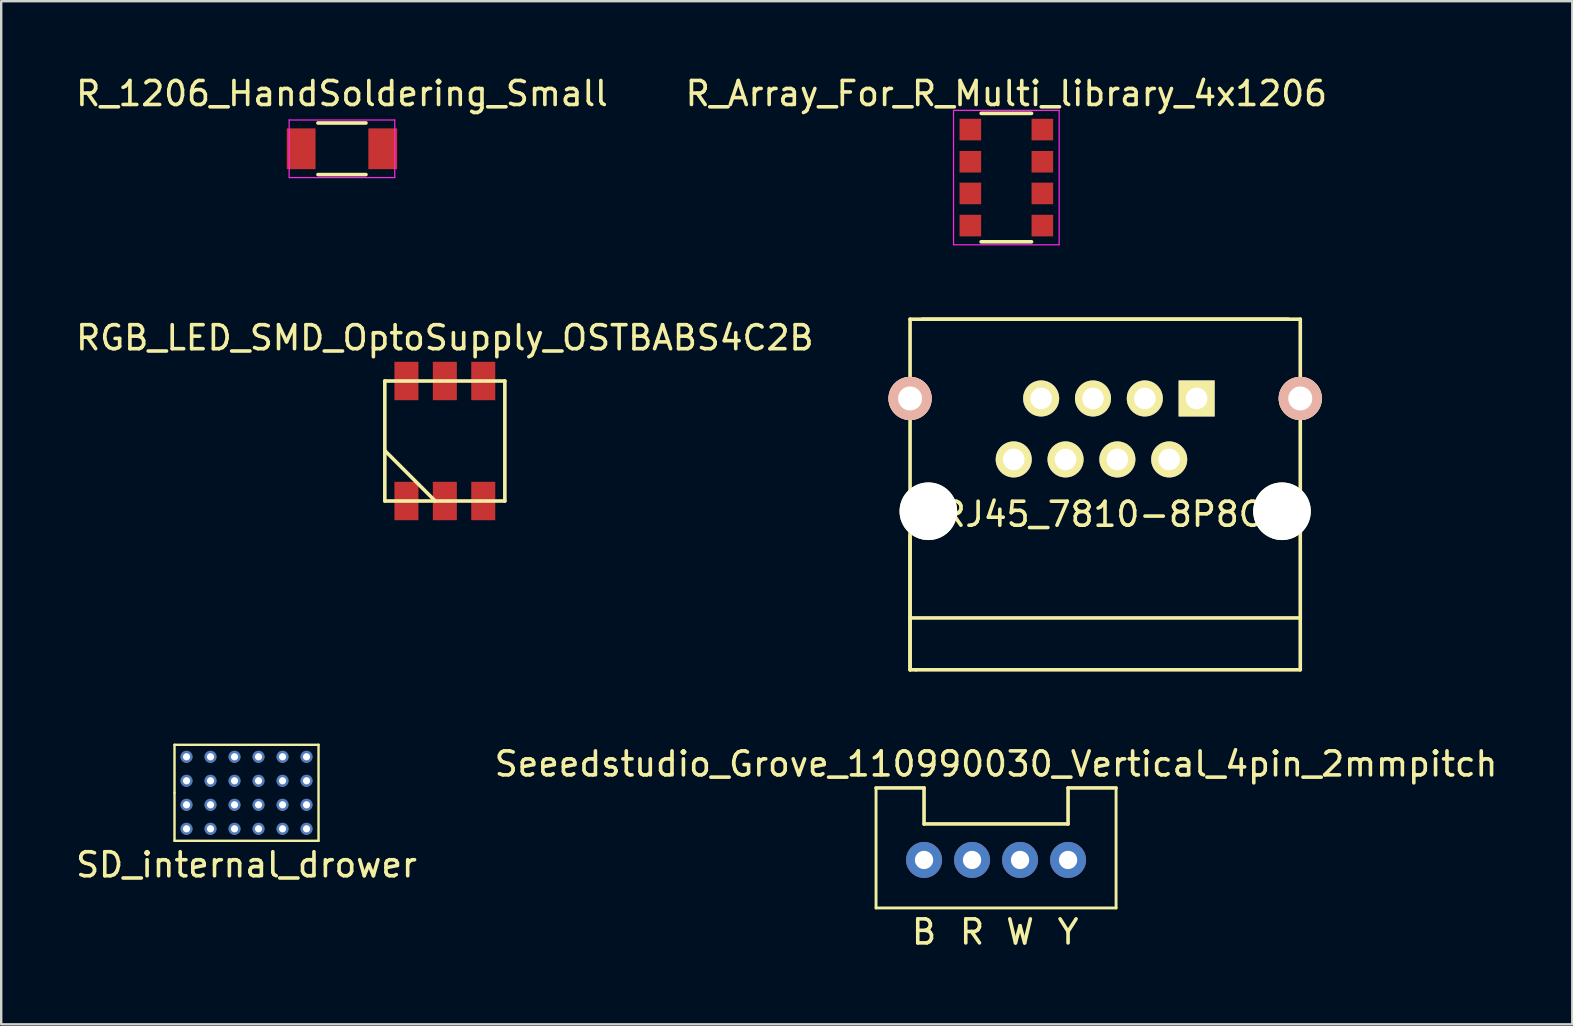
<source format=kicad_pcb>
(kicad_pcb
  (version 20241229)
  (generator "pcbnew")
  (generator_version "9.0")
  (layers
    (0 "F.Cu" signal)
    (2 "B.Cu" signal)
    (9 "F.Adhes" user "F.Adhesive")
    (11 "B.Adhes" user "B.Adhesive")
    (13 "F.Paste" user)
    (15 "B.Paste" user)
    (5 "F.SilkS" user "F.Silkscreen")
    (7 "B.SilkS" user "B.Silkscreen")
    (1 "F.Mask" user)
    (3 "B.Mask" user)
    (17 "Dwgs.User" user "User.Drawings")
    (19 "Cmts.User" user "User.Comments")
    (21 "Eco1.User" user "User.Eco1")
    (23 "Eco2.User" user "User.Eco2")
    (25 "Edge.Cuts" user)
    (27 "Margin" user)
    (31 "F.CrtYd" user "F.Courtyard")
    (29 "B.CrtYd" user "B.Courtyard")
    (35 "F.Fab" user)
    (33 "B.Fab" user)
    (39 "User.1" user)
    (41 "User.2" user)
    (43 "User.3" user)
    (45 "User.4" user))
  (footprint "RJ45_7810-8P8C"
    (layer "F.Cu")
    (at 42.992 20.408)
    (property "Reference" "RJ45_7810-8P8C" (at -0.127 -2.032 0) (layer "F.SilkS") (effects (font (size 1 1) (thickness 0.15))))
    (attr through_hole)
    (fp_line (start -8.128 -10.16) (end 8.128 -10.16) (stroke (width 0.15) (type solid)) (layer "F.SilkS"))
    (fp_line (start -8.128 2.286) (end 8.128 2.286) (stroke (width 0.15) (type solid)) (layer "F.SilkS"))
    (fp_line (start -8.128 4.445) (end -8.128 -10.16) (stroke (width 0.15) (type solid)) (layer "F.SilkS"))
    (fp_line (start -8.128 4.445) (end -8.128 -1.143) (stroke (width 0.15) (type solid)) (layer "F.SilkS"))
    (fp_line (start -7.874 4.445) (end -8.128 4.445) (stroke (width 0.15) (type solid)) (layer "F.SilkS"))
    (fp_line (start 7.62 -10.16) (end -7.62 -10.16) (stroke (width 0.15) (type solid)) (layer "F.SilkS"))
    (fp_line (start 8.128 -10.16) (end 8.128 4.445) (stroke (width 0.15) (type solid)) (layer "F.SilkS"))
    (fp_line (start 8.128 4.445) (end -7.874 4.445) (stroke (width 0.15) (type solid)) (layer "F.SilkS"))
    (pad "" np_thru_hole circle (at -8.128 -6.858) (size 1.8 1.8) (drill 1) (layers "*.Cu" "*.SilkS" "*.Mask"))
    (pad "" np_thru_hole circle (at -7.366 -2.159) (size 2.4 2.4) (drill 2.4) (layers "*.Cu" "*.Mask" "F.SilkS"))
    (pad "" np_thru_hole circle (at 7.366 -2.159) (size 2.4 2.4) (drill 2.4) (layers "*.Cu" "*.Mask" "F.SilkS"))
    (pad "" np_thru_hole circle (at 8.128 -6.858) (size 1.8 1.8) (drill 1) (layers "*.Cu" "*.SilkS" "*.Mask"))
    (pad "1" thru_hole rect (at 3.81 -6.858) (size 1.501 1.501) (drill 0.899) (layers "*.Cu" "*.Mask" "F.SilkS"))
    (pad "2" thru_hole circle (at 2.667 -4.318) (size 1.501 1.501) (drill 0.899) (layers "*.Cu" "*.Mask" "F.SilkS"))
    (pad "3" thru_hole circle (at 1.651 -6.858) (size 1.501 1.501) (drill 0.899) (layers "*.Cu" "*.Mask" "F.SilkS"))
    (pad "4" thru_hole circle (at 0.508 -4.318) (size 1.501 1.501) (drill 0.899) (layers "*.Cu" "*.Mask" "F.SilkS"))
    (pad "5" thru_hole circle (at -0.508 -6.858) (size 1.501 1.501) (drill 0.899) (layers "*.Cu" "*.Mask" "F.SilkS"))
    (pad "6" thru_hole circle (at -1.651 -4.318) (size 1.501 1.501) (drill 0.899) (layers "*.Cu" "*.Mask" "F.SilkS"))
    (pad "7" thru_hole circle (at -2.667 -6.858) (size 1.501 1.501) (drill 0.899) (layers "*.Cu" "*.Mask" "F.SilkS"))
    (pad "8" thru_hole circle (at -3.81 -4.318) (size 1.501 1.501) (drill 0.899) (layers "*.Cu" "*.Mask" "F.SilkS")))
  (footprint "SD_internal_drower"
    (layer "F.Cu")
    (at 7.22 29.978)
    (property "Reference" "SD_internal_drower" (at 0 3 0) (layer "F.SilkS") (effects (font (size 1 1) (thickness 0.15))))
    (attr through_hole)
    (fp_line (start -3 -2) (end -3 0) (stroke (width 0.1) (type solid)) (layer "F.SilkS"))
    (fp_line (start -3 0) (end -3 2) (stroke (width 0.1) (type solid)) (layer "F.SilkS"))
    (fp_line (start -3 2) (end 3 2) (stroke (width 0.1) (type solid)) (layer "F.SilkS"))
    (fp_line (start 3 -2) (end -3 -2) (stroke (width 0.1) (type solid)) (layer "F.SilkS"))
    (fp_line (start 3 2) (end 3 -2) (stroke (width 0.1) (type solid)) (layer "F.SilkS"))
    (pad "1" thru_hole circle (at -2.5 -1.5) (size 0.5 0.5) (drill 0.3) (layers "*.Cu" "*.Mask"))
    (pad "2" thru_hole circle (at -1.5 -1.5) (size 0.5 0.5) (drill 0.3) (layers "*.Cu" "*.Mask"))
    (pad "3" thru_hole circle (at -0.5 -1.5) (size 0.5 0.5) (drill 0.3) (layers "*.Cu" "*.Mask"))
    (pad "4" thru_hole circle (at 0.5 -1.5) (size 0.5 0.5) (drill 0.3) (layers "*.Cu" "*.Mask"))
    (pad "5" thru_hole circle (at 1.5 -1.5) (size 0.5 0.5) (drill 0.3) (layers "*.Cu" "*.Mask"))
    (pad "6" thru_hole circle (at 2.5 -1.5) (size 0.5 0.5) (drill 0.3) (layers "*.Cu" "*.Mask"))
    (pad "7" thru_hole circle (at -2.5 -0.5) (size 0.5 0.5) (drill 0.3) (layers "*.Cu" "*.Mask"))
    (pad "8" thru_hole circle (at -1.5 -0.5) (size 0.5 0.5) (drill 0.3) (layers "*.Cu" "*.Mask"))
    (pad "9" thru_hole circle (at -0.5 -0.5) (size 0.5 0.5) (drill 0.3) (layers "*.Cu" "*.Mask"))
    (pad "10" thru_hole circle (at 0.5 -0.5) (size 0.5 0.5) (drill 0.3) (layers "*.Cu" "*.Mask"))
    (pad "11" thru_hole circle (at 1.5 -0.5) (size 0.5 0.5) (drill 0.3) (layers "*.Cu" "*.Mask"))
    (pad "12" thru_hole circle (at 2.5 -0.5) (size 0.5 0.5) (drill 0.3) (layers "*.Cu" "*.Mask"))
    (pad "13" thru_hole circle (at -2.5 0.5) (size 0.5 0.5) (drill 0.3) (layers "*.Cu" "*.Mask"))
    (pad "14" thru_hole circle (at -1.5 0.5) (size 0.5 0.5) (drill 0.3) (layers "*.Cu" "*.Mask"))
    (pad "15" thru_hole circle (at -0.5 0.5) (size 0.5 0.5) (drill 0.3) (layers "*.Cu" "*.Mask"))
    (pad "16" thru_hole circle (at 0.5 0.5) (size 0.5 0.5) (drill 0.3) (layers "*.Cu" "*.Mask"))
    (pad "17" thru_hole circle (at 1.5 0.5) (size 0.5 0.5) (drill 0.3) (layers "*.Cu" "*.Mask"))
    (pad "18" thru_hole circle (at 2.5 0.5) (size 0.5 0.5) (drill 0.3) (layers "*.Cu" "*.Mask"))
    (pad "19" thru_hole circle (at -2.5 1.5) (size 0.5 0.5) (drill 0.3) (layers "*.Cu" "*.Mask"))
    (pad "20" thru_hole circle (at -1.5 1.5) (size 0.5 0.5) (drill 0.3) (layers "*.Cu" "*.Mask"))
    (pad "21" thru_hole circle (at -0.5 1.5) (size 0.5 0.5) (drill 0.3) (layers "*.Cu" "*.Mask"))
    (pad "22" thru_hole circle (at 0.5 1.5) (size 0.5 0.5) (drill 0.3) (layers "*.Cu" "*.Mask"))
    (pad "23" thru_hole circle (at 1.5 1.5) (size 0.5 0.5) (drill 0.3) (layers "*.Cu" "*.Mask"))
    (pad "24" thru_hole circle (at 2.5 1.5) (size 0.5 0.5) (drill 0.3) (layers "*.Cu" "*.Mask")))
  (footprint "R_1206_HandSoldering_Small"
    (layer "F.Cu")
    (at 11.196 3.148)
    (property "Reference" "R_1206_HandSoldering_Small" (at 0 -2.3 0) (layer "F.SilkS") (effects (font (size 1 1) (thickness 0.15))))
    (attr smd)
    (fp_line (start -1 -1.075) (end 1 -1.075) (stroke (width 0.15) (type solid)) (layer "F.SilkS"))
    (fp_line (start 1 1.075) (end -1 1.075) (stroke (width 0.15) (type solid)) (layer "F.SilkS"))
    (fp_line (start -2.2 -1.2) (end -2.2 1.2) (stroke (width 0.05) (type solid)) (layer "F.CrtYd"))
    (fp_line (start -2.2 -1.2) (end 2.2 -1.2) (stroke (width 0.05) (type solid)) (layer "F.CrtYd"))
    (fp_line (start -2.2 1.2) (end 2.2 1.2) (stroke (width 0.05) (type solid)) (layer "F.CrtYd"))
    (fp_line (start 2.2 -1.2) (end 2.2 1.2) (stroke (width 0.05) (type solid)) (layer "F.CrtYd"))
    (pad "1" smd rect (at -1.7 0) (size 1.2 1.7) (layers "F.Cu" "F.Mask" "F.Paste"))
    (pad "2" smd rect (at 1.7 0) (size 1.2 1.7) (layers "F.Cu" "F.Mask" "F.Paste")))
  (footprint "RGB_LED_SMD_OptoSupply_OSTBABS4C2B"
    (layer "F.Cu")
    (at 15.482 15.322)
    (property "Reference" "RGB_LED_SMD_OptoSupply_OSTBABS4C2B" (at 0 -4.3 0) (layer "F.SilkS") (effects (font (size 1 1) (thickness 0.15))))
    (attr through_hole)
    (fp_line (start -2.5 -2.5) (end 2.5 -2.5) (stroke (width 0.15) (type solid)) (layer "F.SilkS"))
    (fp_line (start -2.5 0.4) (end -0.4 2.5) (stroke (width 0.15) (type solid)) (layer "F.SilkS"))
    (fp_line (start -2.5 2.5) (end -2.5 -2.5) (stroke (width 0.15) (type solid)) (layer "F.SilkS"))
    (fp_line (start 2.5 -2.5) (end 2.5 2.5) (stroke (width 0.15) (type solid)) (layer "F.SilkS"))
    (fp_line (start 2.5 2.5) (end -2.5 2.5) (stroke (width 0.15) (type solid)) (layer "F.SilkS"))
    (pad "1" smd rect (at -1.6 2.5) (size 1 1.6) (layers "F.Cu" "F.Mask" "F.Paste"))
    (pad "2" smd rect (at 0 2.5) (size 1 1.6) (layers "F.Cu" "F.Mask" "F.Paste"))
    (pad "3" smd rect (at 1.6 2.5) (size 1 1.6) (layers "F.Cu" "F.Mask" "F.Paste"))
    (pad "4" smd rect (at 1.6 -2.5) (size 1 1.6) (layers "F.Cu" "F.Mask" "F.Paste"))
    (pad "5" smd rect (at 0 -2.5) (size 1 1.6) (layers "F.Cu" "F.Mask" "F.Paste"))
    (pad "6" smd rect (at -1.6 -2.5) (size 1 1.6) (layers "F.Cu" "F.Mask" "F.Paste")))
  (footprint "Seeedstudio_Grove_110990030_Vertical_4pin_2mmpitch"
    (layer "F.Cu")
    (at 38.446 32.776)
    (property "Reference" "Seeedstudio_Grove_110990030_Vertical_4pin_2mmpitch" (at 0 -4 0) (layer "F.SilkS") (effects (font (size 1 1) (thickness 0.15))))
    (attr through_hole)
    (fp_line (start -5 -3) (end -3 -3) (stroke (width 0.15) (type solid)) (layer "F.SilkS"))
    (fp_line (start -5 2) (end -5 -3) (stroke (width 0.12) (type solid)) (layer "F.SilkS"))
    (fp_line (start -3 -3) (end -3 -1.5) (stroke (width 0.15) (type solid)) (layer "F.SilkS"))
    (fp_line (start 3 -3) (end 3 -1.5) (stroke (width 0.15) (type solid)) (layer "F.SilkS"))
    (fp_line (start 3 -1.5) (end -3 -1.5) (stroke (width 0.15) (type solid)) (layer "F.SilkS"))
    (fp_line (start 5 -3) (end 3 -3) (stroke (width 0.15) (type solid)) (layer "F.SilkS"))
    (fp_line (start 5 -3) (end 5 2) (stroke (width 0.12) (type solid)) (layer "F.SilkS"))
    (fp_line (start 5 2) (end -5 2) (stroke (width 0.12) (type solid)) (layer "F.SilkS"))
    (fp_text user "B" (at -3 3 0) (layer "F.SilkS") (effects (font (size 1 1) (thickness 0.15))))
    (fp_text user "R" (at -1 3 0) (layer "F.SilkS") (effects (font (size 1 1) (thickness 0.15))))
    (fp_text user "W" (at 1 3 0) (layer "F.SilkS") (effects (font (size 1 1) (thickness 0.15))))
    (fp_text user "Y" (at 3 3 0) (layer "F.SilkS") (effects (font (size 1 1) (thickness 0.15))))
    (pad "1" thru_hole circle (at 3 0) (size 1.5 1.5) (drill 0.762) (layers "*.Cu" "*.Mask"))
    (pad "2" thru_hole circle (at 1 0) (size 1.5 1.5) (drill 0.762) (layers "*.Cu" "*.Mask"))
    (pad "3" thru_hole circle (at -1 0) (size 1.5 1.5) (drill 0.762) (layers "*.Cu" "*.Mask"))
    (pad "4" thru_hole circle (at -3 0) (size 1.5 1.5) (drill 0.762) (layers "*.Cu" "*.Mask")))
  (footprint "R_Array_For_R_Multi_library_4x1206"
    (layer "F.Cu")
    (at 38.875 4.348)
    (property "Reference" "R_Array_For_R_Multi_library_4x1206" (at 0 -3.5 0) (layer "F.SilkS") (effects (font (size 1 1) (thickness 0.15))))
    (attr smd)
    (fp_line (start 1.05 -2.675) (end -1.05 -2.675) (stroke (width 0.15) (type solid)) (layer "F.SilkS"))
    (fp_line (start 1.05 2.675) (end -1.05 2.675) (stroke (width 0.15) (type solid)) (layer "F.SilkS"))
    (fp_line (start -2.2 -2.8) (end -2.2 2.8) (stroke (width 0.05) (type solid)) (layer "F.CrtYd"))
    (fp_line (start -2.2 -2.8) (end 2.2 -2.8) (stroke (width 0.05) (type solid)) (layer "F.CrtYd"))
    (fp_line (start -2.2 2.8) (end 2.2 2.8) (stroke (width 0.05) (type solid)) (layer "F.CrtYd"))
    (fp_line (start 2.2 -2.8) (end 2.2 2.8) (stroke (width 0.05) (type solid)) (layer "F.CrtYd"))
    (pad "1" smd rect (at -1.5 -2) (size 0.9 0.9) (layers "F.Cu" "F.Mask" "F.Paste"))
    (pad "2" smd rect (at 1.5 -2) (size 0.9 0.9) (layers "F.Cu" "F.Mask" "F.Paste"))
    (pad "3" smd rect (at -1.5 -0.66) (size 0.9 0.9) (layers "F.Cu" "F.Mask" "F.Paste"))
    (pad "4" smd rect (at 1.5 -0.66) (size 0.9 0.9) (layers "F.Cu" "F.Mask" "F.Paste"))
    (pad "5" smd rect (at -1.5 0.66) (size 0.9 0.9) (layers "F.Cu" "F.Mask" "F.Paste"))
    (pad "6" smd rect (at 1.5 0.66) (size 0.9 0.9) (layers "F.Cu" "F.Mask" "F.Paste"))
    (pad "7" smd rect (at -1.5 2) (size 0.9 0.9) (layers "F.Cu" "F.Mask" "F.Paste"))
    (pad "8" smd rect (at 1.5 2) (size 0.9 0.9) (layers "F.Cu" "F.Mask" "F.Paste")))
  (gr_rect
    (start -3 -3)
    (end 62.452 39.625)
    (stroke (width 0.1) (type default))
    (fill no)
    (layer "Edge.Cuts")))
</source>
